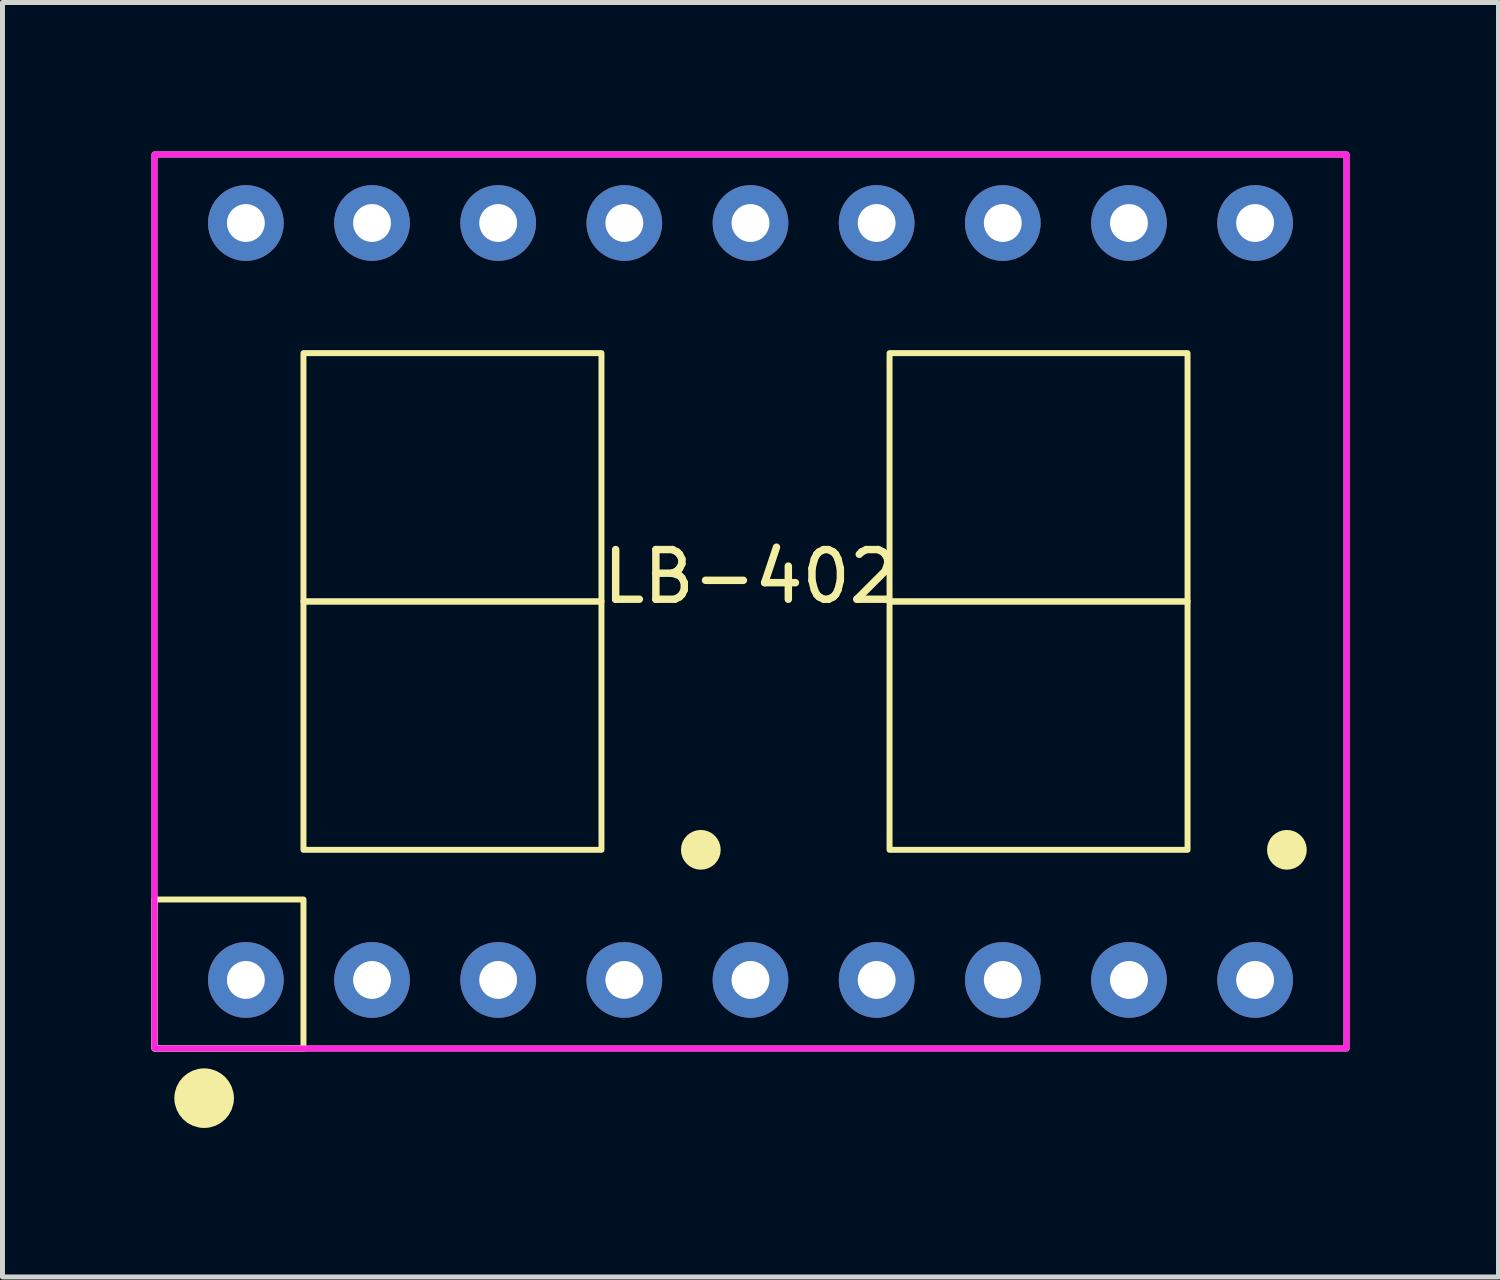
<source format=kicad_pcb>
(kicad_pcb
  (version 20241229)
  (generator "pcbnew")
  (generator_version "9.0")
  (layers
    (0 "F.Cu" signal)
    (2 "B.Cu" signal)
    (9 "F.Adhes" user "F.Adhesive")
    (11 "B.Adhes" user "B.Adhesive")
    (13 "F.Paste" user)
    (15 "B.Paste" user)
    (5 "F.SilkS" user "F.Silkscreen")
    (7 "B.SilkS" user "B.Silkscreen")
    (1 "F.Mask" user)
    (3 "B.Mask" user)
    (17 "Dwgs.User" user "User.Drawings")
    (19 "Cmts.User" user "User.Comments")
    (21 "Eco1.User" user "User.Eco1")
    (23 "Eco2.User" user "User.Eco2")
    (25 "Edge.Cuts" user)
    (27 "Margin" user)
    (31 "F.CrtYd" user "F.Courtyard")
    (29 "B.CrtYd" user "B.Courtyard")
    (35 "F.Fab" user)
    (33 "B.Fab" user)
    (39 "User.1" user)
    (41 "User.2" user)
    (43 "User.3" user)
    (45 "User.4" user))
  (footprint "LB-402"
    (layer "F.Cu")
    (at 12.06 9.06)
    (property "Reference" "LB-402" (at 0 -0.5 0) (unlocked yes) (layer "F.SilkS") (effects (font (size 1 1) (thickness 0.15))))
    (attr through_hole)
    (fp_rect (start -12 -9) (end 12 9) (stroke (width 0.12) (type solid)) (fill no) (layer "F.SilkS"))
    (fp_rect (start -12 9) (end -9 6) (stroke (width 0.12) (type solid)) (fill no) (layer "F.SilkS"))
    (fp_rect (start -9 -5) (end -3 0) (stroke (width 0.12) (type solid)) (fill no) (layer "F.SilkS"))
    (fp_rect (start -9 0) (end -3 5) (stroke (width 0.12) (type solid)) (fill no) (layer "F.SilkS"))
    (fp_rect (start 2.8 -5) (end 8.8 0) (stroke (width 0.12) (type solid)) (fill no) (layer "F.SilkS"))
    (fp_rect (start 2.8 0) (end 8.8 5) (stroke (width 0.12) (type solid)) (fill no) (layer "F.SilkS"))
    (fp_circle (center -11 10) (end -10.7 10) (stroke (width 0.6) (type solid)) (fill no) (layer "F.SilkS"))
    (fp_circle (center -1 5) (end -0.8 5) (stroke (width 0.4) (type solid)) (fill no) (layer "F.SilkS"))
    (fp_circle (center 10.8 5) (end 11 5) (stroke (width 0.4) (type solid)) (fill no) (layer "F.SilkS"))
    (fp_rect (start -12 -9) (end 12 9) (stroke (width 0.12) (type solid)) (fill no) (layer "F.CrtYd"))
    (pad "1" thru_hole circle (at -10.16 7.62 90) (size 1.524 1.524) (drill 0.762) (layers "*.Cu" "*.Mask"))
    (pad "2" thru_hole circle (at -7.62 7.62 90) (size 1.524 1.524) (drill 0.762) (layers "*.Cu" "*.Mask"))
    (pad "3" thru_hole circle (at -5.08 7.62 90) (size 1.524 1.524) (drill 0.762) (layers "*.Cu" "*.Mask"))
    (pad "4" thru_hole circle (at -2.54 7.62 90) (size 1.524 1.524) (drill 0.762) (layers "*.Cu" "*.Mask"))
    (pad "5" thru_hole circle (at 0 7.62 90) (size 1.524 1.524) (drill 0.762) (layers "*.Cu" "*.Mask"))
    (pad "6" thru_hole circle (at 2.54 7.62 90) (size 1.524 1.524) (drill 0.762) (layers "*.Cu" "*.Mask"))
    (pad "7" thru_hole circle (at 5.08 7.62 90) (size 1.524 1.524) (drill 0.762) (layers "*.Cu" "*.Mask"))
    (pad "8" thru_hole circle (at 7.62 7.62 90) (size 1.524 1.524) (drill 0.762) (layers "*.Cu" "*.Mask"))
    (pad "9" thru_hole circle (at 10.16 7.62 90) (size 1.524 1.524) (drill 0.762) (layers "*.Cu" "*.Mask"))
    (pad "10" thru_hole circle (at 10.16 -7.62 90) (size 1.524 1.524) (drill 0.762) (layers "*.Cu" "*.Mask"))
    (pad "11" thru_hole circle (at 7.62 -7.62 90) (size 1.524 1.524) (drill 0.762) (layers "*.Cu" "*.Mask"))
    (pad "12" thru_hole circle (at 5.08 -7.62 90) (size 1.524 1.524) (drill 0.762) (layers "*.Cu" "*.Mask"))
    (pad "13" thru_hole circle (at 2.54 -7.62 90) (size 1.524 1.524) (drill 0.762) (layers "*.Cu" "*.Mask"))
    (pad "14" thru_hole circle (at 0 -7.62 90) (size 1.524 1.524) (drill 0.762) (layers "*.Cu" "*.Mask"))
    (pad "15" thru_hole circle (at -2.54 -7.62 90) (size 1.524 1.524) (drill 0.762) (layers "*.Cu" "*.Mask"))
    (pad "16" thru_hole circle (at -5.08 -7.62 90) (size 1.524 1.524) (drill 0.762) (layers "*.Cu" "*.Mask"))
    (pad "17" thru_hole circle (at -7.62 -7.62 90) (size 1.524 1.524) (drill 0.762) (layers "*.Cu" "*.Mask"))
    (pad "18" thru_hole circle (at -10.16 -7.62 90) (size 1.524 1.524) (drill 0.762) (layers "*.Cu" "*.Mask")))
  (gr_rect
    (start -3 -3)
    (end 27.12 22.66)
    (stroke (width 0.1) (type default))
    (fill no)
    (layer "Edge.Cuts")))
</source>
